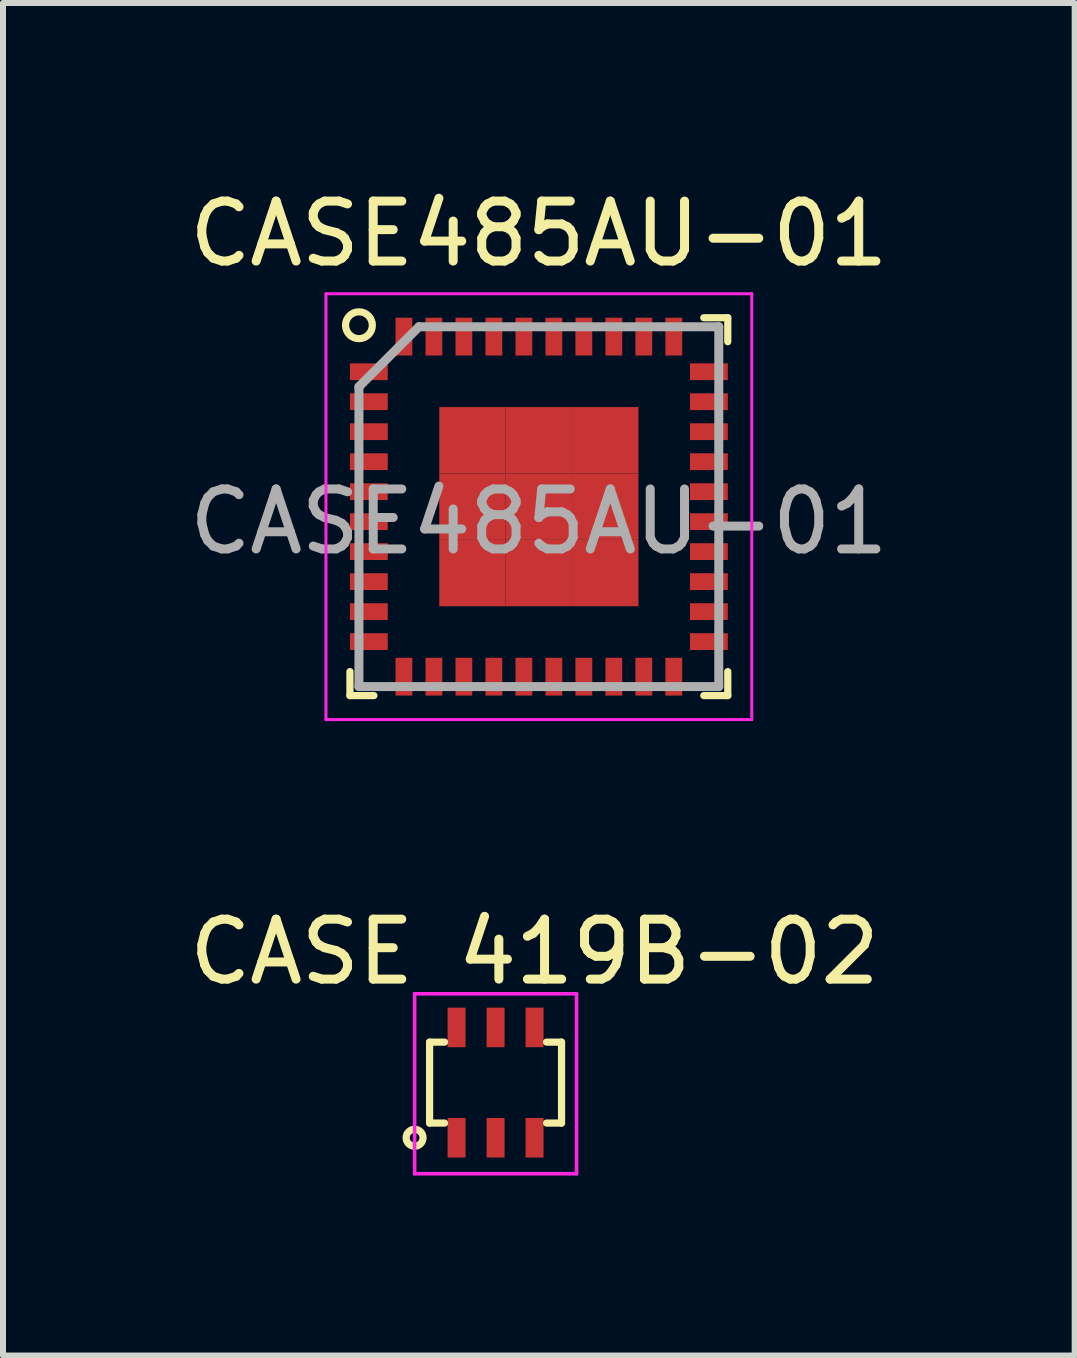
<source format=kicad_pcb>
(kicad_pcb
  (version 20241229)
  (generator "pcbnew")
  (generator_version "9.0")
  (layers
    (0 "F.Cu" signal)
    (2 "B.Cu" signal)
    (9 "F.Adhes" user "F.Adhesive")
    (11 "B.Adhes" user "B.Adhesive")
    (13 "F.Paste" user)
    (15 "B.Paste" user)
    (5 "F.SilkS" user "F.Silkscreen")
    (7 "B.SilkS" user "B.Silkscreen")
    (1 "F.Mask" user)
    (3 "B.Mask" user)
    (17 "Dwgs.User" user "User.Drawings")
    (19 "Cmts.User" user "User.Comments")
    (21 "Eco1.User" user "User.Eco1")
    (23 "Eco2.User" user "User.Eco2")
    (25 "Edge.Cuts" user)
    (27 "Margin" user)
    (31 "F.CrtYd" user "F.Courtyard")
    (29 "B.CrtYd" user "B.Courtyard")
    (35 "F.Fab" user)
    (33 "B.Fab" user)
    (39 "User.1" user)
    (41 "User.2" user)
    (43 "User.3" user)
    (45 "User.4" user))
  (footprint "CASE485AU−01"
    (layer "F.Cu")
    (at 5.935 5.398)
    (property "Reference" "CASE485AU−01" (at 0 -4.55 0) (layer "F.SilkS") (effects (font (size 1 1) (thickness 0.15))))
    (attr smd)
    (fp_line (start -3.15 3.15) (end -3.15 2.75) (stroke (width 0.12) (type solid)) (layer "F.SilkS"))
    (fp_line (start -2.75 3.15) (end -3.15 3.15) (stroke (width 0.12) (type solid)) (layer "F.SilkS"))
    (fp_line (start 2.75 -3.15) (end 3.15 -3.15) (stroke (width 0.12) (type solid)) (layer "F.SilkS"))
    (fp_line (start 2.75 3.15) (end 3.15 3.15) (stroke (width 0.12) (type solid)) (layer "F.SilkS"))
    (fp_line (start 3.15 -3.15) (end 3.15 -2.75) (stroke (width 0.12) (type solid)) (layer "F.SilkS"))
    (fp_line (start 3.15 3.15) (end 3.15 2.75) (stroke (width 0.12) (type solid)) (layer "F.SilkS"))
    (fp_circle (center -3 -3.025) (end -2.8 -2.925) (stroke (width 0.12) (type solid)) (fill no) (layer "F.SilkS"))
    (fp_line (start -3.55 -3.55) (end 3.55 -3.55) (stroke (width 0.05) (type solid)) (layer "F.CrtYd"))
    (fp_line (start -3.55 3.55) (end -3.55 -3.55) (stroke (width 0.05) (type solid)) (layer "F.CrtYd"))
    (fp_line (start 3.55 -3.55) (end 3.55 3.55) (stroke (width 0.05) (type solid)) (layer "F.CrtYd"))
    (fp_line (start 3.55 3.55) (end -3.55 3.55) (stroke (width 0.05) (type solid)) (layer "F.CrtYd"))
    (fp_line (start -3 -2) (end -3 3) (stroke (width 0.15) (type solid)) (layer "F.Fab"))
    (fp_line (start -3 3) (end 3 3) (stroke (width 0.15) (type solid)) (layer "F.Fab"))
    (fp_line (start -2 -3) (end -3 -2) (stroke (width 0.15) (type solid)) (layer "F.Fab"))
    (fp_line (start 3 -3) (end -2 -3) (stroke (width 0.15) (type solid)) (layer "F.Fab"))
    (fp_line (start 3 3) (end 3 -3) (stroke (width 0.15) (type solid)) (layer "F.Fab"))
    (fp_text user "${REFERENCE}" (at 0 0.25 180) (layer "F.Fab") (effects (font (size 1 1) (thickness 0.15))))
    (pad "1" smd rect (at -2.835 -2.25 90) (size 0.28 0.63) (layers "F.Cu" "F.Mask" "F.Paste"))
    (pad "2" smd rect (at -2.835 -1.75 90) (size 0.28 0.63) (layers "F.Cu" "F.Mask" "F.Paste"))
    (pad "3" smd rect (at -2.835 -1.25 90) (size 0.28 0.63) (layers "F.Cu" "F.Mask" "F.Paste"))
    (pad "4" smd rect (at -2.835 -0.75 90) (size 0.28 0.63) (layers "F.Cu" "F.Mask" "F.Paste"))
    (pad "5" smd rect (at -2.835 -0.25 90) (size 0.28 0.63) (layers "F.Cu" "F.Mask" "F.Paste"))
    (pad "6" smd rect (at -2.835 0.25 90) (size 0.28 0.63) (layers "F.Cu" "F.Mask" "F.Paste"))
    (pad "7" smd rect (at -2.835 0.75 90) (size 0.28 0.63) (layers "F.Cu" "F.Mask" "F.Paste"))
    (pad "8" smd rect (at -2.835 1.25 90) (size 0.28 0.63) (layers "F.Cu" "F.Mask" "F.Paste"))
    (pad "9" smd rect (at -2.835 1.75 90) (size 0.28 0.63) (layers "F.Cu" "F.Mask" "F.Paste"))
    (pad "10" smd rect (at -2.835 2.25 90) (size 0.28 0.63) (layers "F.Cu" "F.Mask" "F.Paste"))
    (pad "11" smd rect (at -2.25 2.835) (size 0.28 0.63) (layers "F.Cu" "F.Mask" "F.Paste"))
    (pad "12" smd rect (at -1.75 2.835) (size 0.28 0.63) (layers "F.Cu" "F.Mask" "F.Paste"))
    (pad "13" smd rect (at -1.25 2.835) (size 0.28 0.63) (layers "F.Cu" "F.Mask" "F.Paste"))
    (pad "14" smd rect (at -0.75 2.835) (size 0.28 0.63) (layers "F.Cu" "F.Mask" "F.Paste"))
    (pad "15" smd rect (at -0.25 2.835) (size 0.28 0.63) (layers "F.Cu" "F.Mask" "F.Paste"))
    (pad "16" smd rect (at 0.25 2.835) (size 0.28 0.63) (layers "F.Cu" "F.Mask" "F.Paste"))
    (pad "17" smd rect (at 0.75 2.835) (size 0.28 0.63) (layers "F.Cu" "F.Mask" "F.Paste"))
    (pad "18" smd rect (at 1.25 2.835) (size 0.28 0.63) (layers "F.Cu" "F.Mask" "F.Paste"))
    (pad "19" smd rect (at 1.75 2.835) (size 0.28 0.63) (layers "F.Cu" "F.Mask" "F.Paste"))
    (pad "20" smd rect (at 2.25 2.835) (size 0.28 0.63) (layers "F.Cu" "F.Mask" "F.Paste"))
    (pad "21" smd rect (at 2.835 2.25 90) (size 0.28 0.63) (layers "F.Cu" "F.Mask" "F.Paste"))
    (pad "22" smd rect (at 2.835 1.75 90) (size 0.28 0.63) (layers "F.Cu" "F.Mask" "F.Paste"))
    (pad "23" smd rect (at 2.835 1.25 90) (size 0.28 0.63) (layers "F.Cu" "F.Mask" "F.Paste"))
    (pad "24" smd rect (at 2.835 0.75 90) (size 0.28 0.63) (layers "F.Cu" "F.Mask" "F.Paste"))
    (pad "25" smd rect (at 2.835 0.25 90) (size 0.28 0.63) (layers "F.Cu" "F.Mask" "F.Paste"))
    (pad "26" smd rect (at 2.835 -0.25 90) (size 0.28 0.63) (layers "F.Cu" "F.Mask" "F.Paste"))
    (pad "27" smd rect (at 2.835 -0.75 90) (size 0.28 0.63) (layers "F.Cu" "F.Mask" "F.Paste"))
    (pad "28" smd rect (at 2.835 -1.25 90) (size 0.28 0.63) (layers "F.Cu" "F.Mask" "F.Paste"))
    (pad "29" smd rect (at 2.835 -1.75 90) (size 0.28 0.63) (layers "F.Cu" "F.Mask" "F.Paste"))
    (pad "30" smd rect (at 2.835 -2.25 90) (size 0.28 0.63) (layers "F.Cu" "F.Mask" "F.Paste"))
    (pad "31" smd rect (at 2.25 -2.835) (size 0.28 0.63) (layers "F.Cu" "F.Mask" "F.Paste"))
    (pad "32" smd rect (at 1.75 -2.835) (size 0.28 0.63) (layers "F.Cu" "F.Mask" "F.Paste"))
    (pad "33" smd rect (at 1.25 -2.835) (size 0.28 0.63) (layers "F.Cu" "F.Mask" "F.Paste"))
    (pad "34" smd rect (at 0.75 -2.835) (size 0.28 0.63) (layers "F.Cu" "F.Mask" "F.Paste"))
    (pad "35" smd rect (at 0.25 -2.835) (size 0.28 0.63) (layers "F.Cu" "F.Mask" "F.Paste"))
    (pad "36" smd rect (at -0.25 -2.835) (size 0.28 0.63) (layers "F.Cu" "F.Mask" "F.Paste"))
    (pad "37" smd rect (at -0.75 -2.835) (size 0.28 0.63) (layers "F.Cu" "F.Mask" "F.Paste"))
    (pad "38" smd rect (at -1.25 -2.835) (size 0.28 0.63) (layers "F.Cu" "F.Mask" "F.Paste"))
    (pad "39" smd rect (at -1.75 -2.835) (size 0.28 0.63) (layers "F.Cu" "F.Mask" "F.Paste"))
    (pad "40" smd rect (at -2.25 -2.835) (size 0.28 0.63) (layers "F.Cu" "F.Mask" "F.Paste"))
    (pad "41" smd rect (at -1.107 -1.107) (size 1.107 1.107) (layers "F.Cu" "F.Mask" "F.Paste"))
    (pad "41" smd rect (at -1.107 0) (size 1.107 1.107) (layers "F.Cu" "F.Mask" "F.Paste"))
    (pad "41" smd rect (at -1.107 1.107) (size 1.107 1.107) (layers "F.Cu" "F.Mask" "F.Paste"))
    (pad "41" smd rect (at 0 -1.107) (size 1.107 1.107) (layers "F.Cu" "F.Mask" "F.Paste"))
    (pad "41" smd rect (at 0 0) (size 1.107 1.107) (layers "F.Cu" "F.Mask" "F.Paste"))
    (pad "41" smd rect (at 0 1.107) (size 1.107 1.107) (layers "F.Cu" "F.Mask" "F.Paste"))
    (pad "41" smd rect (at 1.107 -1.107) (size 1.107 1.107) (layers "F.Cu" "F.Mask" "F.Paste"))
    (pad "41" smd rect (at 1.107 0) (size 1.107 1.107) (layers "F.Cu" "F.Mask" "F.Paste"))
    (pad "41" smd rect (at 1.107 1.107) (size 1.107 1.107) (layers "F.Cu" "F.Mask" "F.Paste")))
  (footprint "CASE 419B−02"
    (layer "F.Cu")
    (at 4.563 15.921)
    (property "Reference" "CASE 419B−02" (at 1.3 -3.1 0) (layer "F.SilkS") (effects (font (size 1 1) (thickness 0.15))))
    (attr through_hole)
    (fp_line (start -0.45 -1.595) (end -0.45 -0.245) (stroke (width 0.12) (type solid)) (layer "F.SilkS"))
    (fp_line (start -0.45 -1.595) (end -0.2 -1.595) (stroke (width 0.12) (type solid)) (layer "F.SilkS"))
    (fp_line (start -0.45 -0.245) (end -0.2 -0.245) (stroke (width 0.12) (type solid)) (layer "F.SilkS"))
    (fp_line (start 1.75 -1.595) (end 1.5 -1.595) (stroke (width 0.12) (type solid)) (layer "F.SilkS"))
    (fp_line (start 1.75 -1.595) (end 1.75 -0.245) (stroke (width 0.12) (type solid)) (layer "F.SilkS"))
    (fp_line (start 1.75 -0.245) (end 1.5 -0.245) (stroke (width 0.12) (type solid)) (layer "F.SilkS"))
    (fp_circle (center -0.7 0) (end -0.559 0) (stroke (width 0.12) (type solid)) (fill no) (layer "F.SilkS"))
    (fp_line (start -0.7 -2.4) (end 2 -2.4) (stroke (width 0.06) (type solid)) (layer "F.CrtYd"))
    (fp_line (start -0.7 0.6) (end -0.7 -2.4) (stroke (width 0.06) (type solid)) (layer "F.CrtYd"))
    (fp_line (start 2 -2.4) (end 2 0.6) (stroke (width 0.06) (type solid)) (layer "F.CrtYd"))
    (fp_line (start 2 0.6) (end -0.7 0.6) (stroke (width 0.06) (type solid)) (layer "F.CrtYd"))
    (pad "1" smd rect (at 0 0) (size 0.3 0.66) (layers "F.Cu" "F.Mask" "F.Paste"))
    (pad "2" smd rect (at 0.65 0) (size 0.3 0.66) (layers "F.Cu" "F.Mask" "F.Paste"))
    (pad "3" smd rect (at 1.3 0) (size 0.3 0.66) (layers "F.Cu" "F.Mask" "F.Paste"))
    (pad "4" smd rect (at 1.3 -1.84) (size 0.3 0.66) (layers "F.Cu" "F.Mask" "F.Paste"))
    (pad "5" smd rect (at 0.65 -1.84) (size 0.3 0.66) (layers "F.Cu" "F.Mask" "F.Paste"))
    (pad "6" smd rect (at 0 -1.84) (size 0.3 0.66) (layers "F.Cu" "F.Mask" "F.Paste")))
  (gr_rect
    (start -3 -3)
    (end 14.869 19.552)
    (stroke (width 0.1) (type default))
    (fill no)
    (layer "Edge.Cuts")))
</source>
